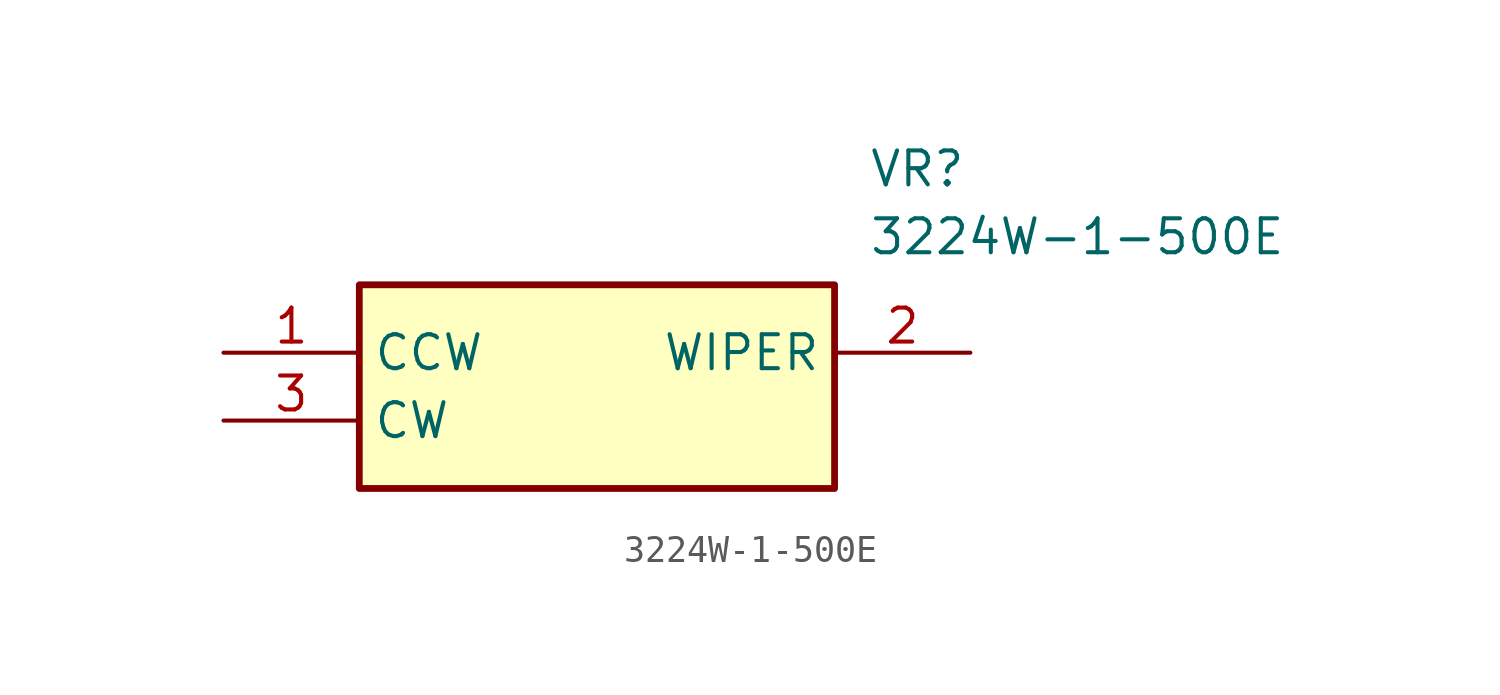
<source format=kicad_sym>
(kicad_symbol_lib
  (version 20211014)
  (generator SamacSys_ECAD_Model)
  (symbol "3224W-1-500E"
    (property "Reference" "VR"
      (at 24.13 7.62 0)
      (effects (font (size 1.27 1.27)) (justify left top)))
    (property "Value" "3224W-1-500E"
      (at 24.13 5.08 0)
      (effects (font (size 1.27 1.27)) (justify left top)))
    (rectangle
      (start 5.08 2.54)
      (end 22.86 -5.08)
      (stroke (width 0.254) (type default))
      (fill (type background)))
    (pin passive line
      (at 0 0 0)
      (length 5.08)
      (name "CCW" (effects (font (size 1.27 1.27))))
      (number "1" (effects (font (size 1.27 1.27)))))
    (pin passive line
      (at 27.94 0 180)
      (length 5.08)
      (name "WIPER" (effects (font (size 1.27 1.27))))
      (number "2" (effects (font (size 1.27 1.27)))))
    (pin passive line
      (at 0 -2.54 0)
      (length 5.08)
      (name "CW" (effects (font (size 1.27 1.27))))
      (number "3" (effects (font (size 1.27 1.27)))))))
</source>
